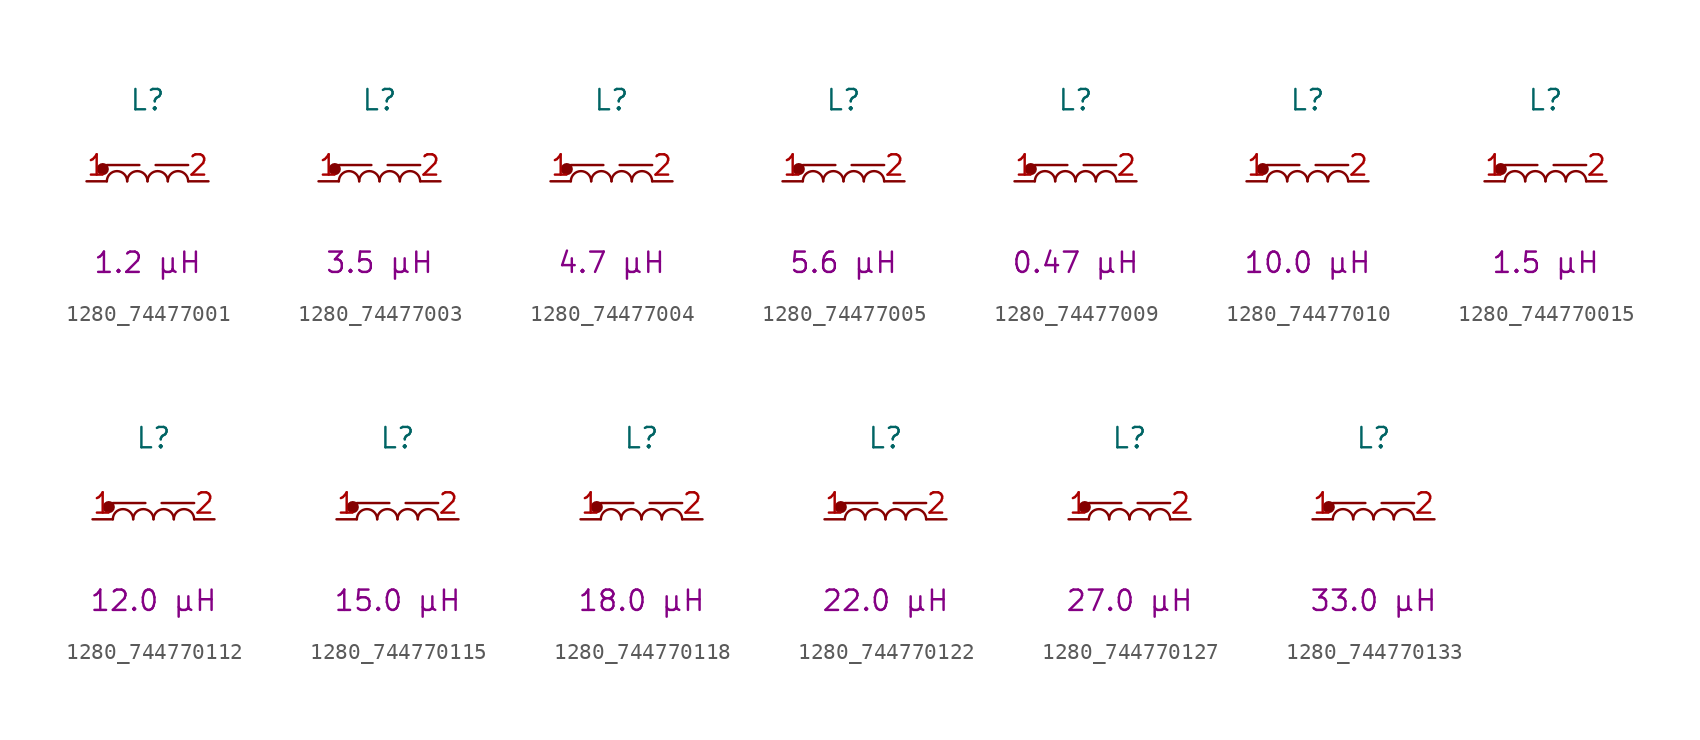
<source format=kicad_sym>
(kicad_symbol_lib
  (version 20220914)
  (generator kicad_symbol_editor)
  (symbol "1280_74477001"
    (pin_names hide)
    (property "Reference" "L"
      (at 0 5.08 0)
      (effects (font (size 1.27 1.27))))
    (property "Critical Parameter" "1.2 µH"
      (at 0 -5.08 0)
      (effects (font (size 1.27 1.27))))
    (symbol "1280_74477001_0_1"
      (arc (start -1.27 0) (mid -1.905 0.6323) (end -2.54 0) (stroke (width 0) (type default)) (fill (type none)))
      (arc (start 0 0) (mid -0.635 0.6323) (end -1.27 0) (stroke (width 0) (type default)) (fill (type none)))
      (polyline (pts (xy -2.54 1.016) (xy -0.508 1.016)) (stroke (width 0) (type default)) (fill (type none)))
      (arc (start 1.27 0) (mid 0.635 0.6323) (end 0 0) (stroke (width 0) (type default)) (fill (type none)))
      (arc (start 2.54 0) (mid 1.905 0.6323) (end 1.27 0) (stroke (width 0) (type default)) (fill (type none))))
    (symbol "1280_74477001_1_1"
      (circle (center -2.794 0.762) (radius 0.0001) (stroke (width 0.381) (type default)) (fill (type none)))
      (polyline (pts (xy 2.54 1.016) (xy 0.508 1.016)) (stroke (width 0) (type default)) (fill (type none)))
      (pin passive line (at -3.81 0 0) (length 1.27) (name "1" (effects (font (size 1.27 1.27)))) (number "1" (effects (font (size 1.27 1.27)))))
      (pin passive line (at 3.81 0 180) (length 1.27) (name "2" (effects (font (size 1.27 1.27)))) (number "2" (effects (font (size 1.27 1.27)))))))
  (symbol "1280_74477003"
    (pin_names hide)
    (property "Reference" "L"
      (at 0 5.08 0)
      (effects (font (size 1.27 1.27))))
    (property "Critical Parameter" "3.5 µH"
      (at 0 -5.08 0)
      (effects (font (size 1.27 1.27))))
    (symbol "1280_74477003_0_1"
      (arc (start -1.27 0) (mid -1.905 0.6323) (end -2.54 0) (stroke (width 0) (type default)) (fill (type none)))
      (arc (start 0 0) (mid -0.635 0.6323) (end -1.27 0) (stroke (width 0) (type default)) (fill (type none)))
      (polyline (pts (xy -2.54 1.016) (xy -0.508 1.016)) (stroke (width 0) (type default)) (fill (type none)))
      (arc (start 1.27 0) (mid 0.635 0.6323) (end 0 0) (stroke (width 0) (type default)) (fill (type none)))
      (arc (start 2.54 0) (mid 1.905 0.6323) (end 1.27 0) (stroke (width 0) (type default)) (fill (type none))))
    (symbol "1280_74477003_1_1"
      (circle (center -2.794 0.762) (radius 0.0001) (stroke (width 0.381) (type default)) (fill (type none)))
      (polyline (pts (xy 2.54 1.016) (xy 0.508 1.016)) (stroke (width 0) (type default)) (fill (type none)))
      (pin passive line (at -3.81 0 0) (length 1.27) (name "1" (effects (font (size 1.27 1.27)))) (number "1" (effects (font (size 1.27 1.27)))))
      (pin passive line (at 3.81 0 180) (length 1.27) (name "2" (effects (font (size 1.27 1.27)))) (number "2" (effects (font (size 1.27 1.27)))))))
  (symbol "1280_74477004"
    (pin_names hide)
    (property "Reference" "L"
      (at 0 5.08 0)
      (effects (font (size 1.27 1.27))))
    (property "Critical Parameter" "4.7 µH"
      (at 0 -5.08 0)
      (effects (font (size 1.27 1.27))))
    (symbol "1280_74477004_0_1"
      (arc (start -1.27 0) (mid -1.905 0.6323) (end -2.54 0) (stroke (width 0) (type default)) (fill (type none)))
      (arc (start 0 0) (mid -0.635 0.6323) (end -1.27 0) (stroke (width 0) (type default)) (fill (type none)))
      (polyline (pts (xy -2.54 1.016) (xy -0.508 1.016)) (stroke (width 0) (type default)) (fill (type none)))
      (arc (start 1.27 0) (mid 0.635 0.6323) (end 0 0) (stroke (width 0) (type default)) (fill (type none)))
      (arc (start 2.54 0) (mid 1.905 0.6323) (end 1.27 0) (stroke (width 0) (type default)) (fill (type none))))
    (symbol "1280_74477004_1_1"
      (circle (center -2.794 0.762) (radius 0.0001) (stroke (width 0.381) (type default)) (fill (type none)))
      (polyline (pts (xy 2.54 1.016) (xy 0.508 1.016)) (stroke (width 0) (type default)) (fill (type none)))
      (pin passive line (at -3.81 0 0) (length 1.27) (name "1" (effects (font (size 1.27 1.27)))) (number "1" (effects (font (size 1.27 1.27)))))
      (pin passive line (at 3.81 0 180) (length 1.27) (name "2" (effects (font (size 1.27 1.27)))) (number "2" (effects (font (size 1.27 1.27)))))))
  (symbol "1280_74477005"
    (pin_names hide)
    (property "Reference" "L"
      (at 0 5.08 0)
      (effects (font (size 1.27 1.27))))
    (property "Critical Parameter" "5.6 µH"
      (at 0 -5.08 0)
      (effects (font (size 1.27 1.27))))
    (symbol "1280_74477005_0_1"
      (arc (start -1.27 0) (mid -1.905 0.6323) (end -2.54 0) (stroke (width 0) (type default)) (fill (type none)))
      (arc (start 0 0) (mid -0.635 0.6323) (end -1.27 0) (stroke (width 0) (type default)) (fill (type none)))
      (polyline (pts (xy -2.54 1.016) (xy -0.508 1.016)) (stroke (width 0) (type default)) (fill (type none)))
      (arc (start 1.27 0) (mid 0.635 0.6323) (end 0 0) (stroke (width 0) (type default)) (fill (type none)))
      (arc (start 2.54 0) (mid 1.905 0.6323) (end 1.27 0) (stroke (width 0) (type default)) (fill (type none))))
    (symbol "1280_74477005_1_1"
      (circle (center -2.794 0.762) (radius 0.0001) (stroke (width 0.381) (type default)) (fill (type none)))
      (polyline (pts (xy 2.54 1.016) (xy 0.508 1.016)) (stroke (width 0) (type default)) (fill (type none)))
      (pin passive line (at -3.81 0 0) (length 1.27) (name "1" (effects (font (size 1.27 1.27)))) (number "1" (effects (font (size 1.27 1.27)))))
      (pin passive line (at 3.81 0 180) (length 1.27) (name "2" (effects (font (size 1.27 1.27)))) (number "2" (effects (font (size 1.27 1.27)))))))
  (symbol "1280_74477009"
    (pin_names hide)
    (property "Reference" "L"
      (at 0 5.08 0)
      (effects (font (size 1.27 1.27))))
    (property "Critical Parameter" "0.47 µH"
      (at 0 -5.08 0)
      (effects (font (size 1.27 1.27))))
    (symbol "1280_74477009_0_1"
      (arc (start -1.27 0) (mid -1.905 0.6323) (end -2.54 0) (stroke (width 0) (type default)) (fill (type none)))
      (arc (start 0 0) (mid -0.635 0.6323) (end -1.27 0) (stroke (width 0) (type default)) (fill (type none)))
      (polyline (pts (xy -2.54 1.016) (xy -0.508 1.016)) (stroke (width 0) (type default)) (fill (type none)))
      (arc (start 1.27 0) (mid 0.635 0.6323) (end 0 0) (stroke (width 0) (type default)) (fill (type none)))
      (arc (start 2.54 0) (mid 1.905 0.6323) (end 1.27 0) (stroke (width 0) (type default)) (fill (type none))))
    (symbol "1280_74477009_1_1"
      (circle (center -2.794 0.762) (radius 0.0001) (stroke (width 0.381) (type default)) (fill (type none)))
      (polyline (pts (xy 2.54 1.016) (xy 0.508 1.016)) (stroke (width 0) (type default)) (fill (type none)))
      (pin passive line (at -3.81 0 0) (length 1.27) (name "1" (effects (font (size 1.27 1.27)))) (number "1" (effects (font (size 1.27 1.27)))))
      (pin passive line (at 3.81 0 180) (length 1.27) (name "2" (effects (font (size 1.27 1.27)))) (number "2" (effects (font (size 1.27 1.27)))))))
  (symbol "1280_74477010"
    (pin_names hide)
    (property "Reference" "L"
      (at 0 5.08 0)
      (effects (font (size 1.27 1.27))))
    (property "Critical Parameter" "10.0 µH"
      (at 0 -5.08 0)
      (effects (font (size 1.27 1.27))))
    (symbol "1280_74477010_0_1"
      (arc (start -1.27 0) (mid -1.905 0.6323) (end -2.54 0) (stroke (width 0) (type default)) (fill (type none)))
      (arc (start 0 0) (mid -0.635 0.6323) (end -1.27 0) (stroke (width 0) (type default)) (fill (type none)))
      (polyline (pts (xy -2.54 1.016) (xy -0.508 1.016)) (stroke (width 0) (type default)) (fill (type none)))
      (arc (start 1.27 0) (mid 0.635 0.6323) (end 0 0) (stroke (width 0) (type default)) (fill (type none)))
      (arc (start 2.54 0) (mid 1.905 0.6323) (end 1.27 0) (stroke (width 0) (type default)) (fill (type none))))
    (symbol "1280_74477010_1_1"
      (circle (center -2.794 0.762) (radius 0.0001) (stroke (width 0.381) (type default)) (fill (type none)))
      (polyline (pts (xy 2.54 1.016) (xy 0.508 1.016)) (stroke (width 0) (type default)) (fill (type none)))
      (pin passive line (at -3.81 0 0) (length 1.27) (name "1" (effects (font (size 1.27 1.27)))) (number "1" (effects (font (size 1.27 1.27)))))
      (pin passive line (at 3.81 0 180) (length 1.27) (name "2" (effects (font (size 1.27 1.27)))) (number "2" (effects (font (size 1.27 1.27)))))))
  (symbol "1280_744770015"
    (pin_names hide)
    (property "Reference" "L"
      (at 0 5.08 0)
      (effects (font (size 1.27 1.27))))
    (property "Critical Parameter" "1.5 µH"
      (at 0 -5.08 0)
      (effects (font (size 1.27 1.27))))
    (symbol "1280_744770015_0_1"
      (arc (start -1.27 0) (mid -1.905 0.6323) (end -2.54 0) (stroke (width 0) (type default)) (fill (type none)))
      (arc (start 0 0) (mid -0.635 0.6323) (end -1.27 0) (stroke (width 0) (type default)) (fill (type none)))
      (polyline (pts (xy -2.54 1.016) (xy -0.508 1.016)) (stroke (width 0) (type default)) (fill (type none)))
      (arc (start 1.27 0) (mid 0.635 0.6323) (end 0 0) (stroke (width 0) (type default)) (fill (type none)))
      (arc (start 2.54 0) (mid 1.905 0.6323) (end 1.27 0) (stroke (width 0) (type default)) (fill (type none))))
    (symbol "1280_744770015_1_1"
      (circle (center -2.794 0.762) (radius 0.0001) (stroke (width 0.381) (type default)) (fill (type none)))
      (polyline (pts (xy 2.54 1.016) (xy 0.508 1.016)) (stroke (width 0) (type default)) (fill (type none)))
      (pin passive line (at -3.81 0 0) (length 1.27) (name "1" (effects (font (size 1.27 1.27)))) (number "1" (effects (font (size 1.27 1.27)))))
      (pin passive line (at 3.81 0 180) (length 1.27) (name "2" (effects (font (size 1.27 1.27)))) (number "2" (effects (font (size 1.27 1.27)))))))
  (symbol "1280_744770112"
    (pin_names hide)
    (property "Reference" "L"
      (at 0 5.08 0)
      (effects (font (size 1.27 1.27))))
    (property "Critical Parameter" "12.0 µH"
      (at 0 -5.08 0)
      (effects (font (size 1.27 1.27))))
    (symbol "1280_744770112_0_1"
      (arc (start -1.27 0) (mid -1.905 0.6323) (end -2.54 0) (stroke (width 0) (type default)) (fill (type none)))
      (arc (start 0 0) (mid -0.635 0.6323) (end -1.27 0) (stroke (width 0) (type default)) (fill (type none)))
      (polyline (pts (xy -2.54 1.016) (xy -0.508 1.016)) (stroke (width 0) (type default)) (fill (type none)))
      (arc (start 1.27 0) (mid 0.635 0.6323) (end 0 0) (stroke (width 0) (type default)) (fill (type none)))
      (arc (start 2.54 0) (mid 1.905 0.6323) (end 1.27 0) (stroke (width 0) (type default)) (fill (type none))))
    (symbol "1280_744770112_1_1"
      (circle (center -2.794 0.762) (radius 0.0001) (stroke (width 0.381) (type default)) (fill (type none)))
      (polyline (pts (xy 2.54 1.016) (xy 0.508 1.016)) (stroke (width 0) (type default)) (fill (type none)))
      (pin passive line (at -3.81 0 0) (length 1.27) (name "1" (effects (font (size 1.27 1.27)))) (number "1" (effects (font (size 1.27 1.27)))))
      (pin passive line (at 3.81 0 180) (length 1.27) (name "2" (effects (font (size 1.27 1.27)))) (number "2" (effects (font (size 1.27 1.27)))))))
  (symbol "1280_744770115"
    (pin_names hide)
    (property "Reference" "L"
      (at 0 5.08 0)
      (effects (font (size 1.27 1.27))))
    (property "Critical Parameter" "15.0 µH"
      (at 0 -5.08 0)
      (effects (font (size 1.27 1.27))))
    (symbol "1280_744770115_0_1"
      (arc (start -1.27 0) (mid -1.905 0.6323) (end -2.54 0) (stroke (width 0) (type default)) (fill (type none)))
      (arc (start 0 0) (mid -0.635 0.6323) (end -1.27 0) (stroke (width 0) (type default)) (fill (type none)))
      (polyline (pts (xy -2.54 1.016) (xy -0.508 1.016)) (stroke (width 0) (type default)) (fill (type none)))
      (arc (start 1.27 0) (mid 0.635 0.6323) (end 0 0) (stroke (width 0) (type default)) (fill (type none)))
      (arc (start 2.54 0) (mid 1.905 0.6323) (end 1.27 0) (stroke (width 0) (type default)) (fill (type none))))
    (symbol "1280_744770115_1_1"
      (circle (center -2.794 0.762) (radius 0.0001) (stroke (width 0.381) (type default)) (fill (type none)))
      (polyline (pts (xy 2.54 1.016) (xy 0.508 1.016)) (stroke (width 0) (type default)) (fill (type none)))
      (pin passive line (at -3.81 0 0) (length 1.27) (name "1" (effects (font (size 1.27 1.27)))) (number "1" (effects (font (size 1.27 1.27)))))
      (pin passive line (at 3.81 0 180) (length 1.27) (name "2" (effects (font (size 1.27 1.27)))) (number "2" (effects (font (size 1.27 1.27)))))))
  (symbol "1280_744770118"
    (pin_names hide)
    (property "Reference" "L"
      (at 0 5.08 0)
      (effects (font (size 1.27 1.27))))
    (property "Critical Parameter" "18.0 µH"
      (at 0 -5.08 0)
      (effects (font (size 1.27 1.27))))
    (symbol "1280_744770118_0_1"
      (arc (start -1.27 0) (mid -1.905 0.6323) (end -2.54 0) (stroke (width 0) (type default)) (fill (type none)))
      (arc (start 0 0) (mid -0.635 0.6323) (end -1.27 0) (stroke (width 0) (type default)) (fill (type none)))
      (polyline (pts (xy -2.54 1.016) (xy -0.508 1.016)) (stroke (width 0) (type default)) (fill (type none)))
      (arc (start 1.27 0) (mid 0.635 0.6323) (end 0 0) (stroke (width 0) (type default)) (fill (type none)))
      (arc (start 2.54 0) (mid 1.905 0.6323) (end 1.27 0) (stroke (width 0) (type default)) (fill (type none))))
    (symbol "1280_744770118_1_1"
      (circle (center -2.794 0.762) (radius 0.0001) (stroke (width 0.381) (type default)) (fill (type none)))
      (polyline (pts (xy 2.54 1.016) (xy 0.508 1.016)) (stroke (width 0) (type default)) (fill (type none)))
      (pin passive line (at -3.81 0 0) (length 1.27) (name "1" (effects (font (size 1.27 1.27)))) (number "1" (effects (font (size 1.27 1.27)))))
      (pin passive line (at 3.81 0 180) (length 1.27) (name "2" (effects (font (size 1.27 1.27)))) (number "2" (effects (font (size 1.27 1.27)))))))
  (symbol "1280_744770122"
    (pin_names hide)
    (property "Reference" "L"
      (at 0 5.08 0)
      (effects (font (size 1.27 1.27))))
    (property "Critical Parameter" "22.0 µH"
      (at 0 -5.08 0)
      (effects (font (size 1.27 1.27))))
    (symbol "1280_744770122_0_1"
      (arc (start -1.27 0) (mid -1.905 0.6323) (end -2.54 0) (stroke (width 0) (type default)) (fill (type none)))
      (arc (start 0 0) (mid -0.635 0.6323) (end -1.27 0) (stroke (width 0) (type default)) (fill (type none)))
      (polyline (pts (xy -2.54 1.016) (xy -0.508 1.016)) (stroke (width 0) (type default)) (fill (type none)))
      (arc (start 1.27 0) (mid 0.635 0.6323) (end 0 0) (stroke (width 0) (type default)) (fill (type none)))
      (arc (start 2.54 0) (mid 1.905 0.6323) (end 1.27 0) (stroke (width 0) (type default)) (fill (type none))))
    (symbol "1280_744770122_1_1"
      (circle (center -2.794 0.762) (radius 0.0001) (stroke (width 0.381) (type default)) (fill (type none)))
      (polyline (pts (xy 2.54 1.016) (xy 0.508 1.016)) (stroke (width 0) (type default)) (fill (type none)))
      (pin passive line (at -3.81 0 0) (length 1.27) (name "1" (effects (font (size 1.27 1.27)))) (number "1" (effects (font (size 1.27 1.27)))))
      (pin passive line (at 3.81 0 180) (length 1.27) (name "2" (effects (font (size 1.27 1.27)))) (number "2" (effects (font (size 1.27 1.27)))))))
  (symbol "1280_744770127"
    (pin_names hide)
    (property "Reference" "L"
      (at 0 5.08 0)
      (effects (font (size 1.27 1.27))))
    (property "Critical Parameter" "27.0 µH"
      (at 0 -5.08 0)
      (effects (font (size 1.27 1.27))))
    (symbol "1280_744770127_0_1"
      (arc (start -1.27 0) (mid -1.905 0.6323) (end -2.54 0) (stroke (width 0) (type default)) (fill (type none)))
      (arc (start 0 0) (mid -0.635 0.6323) (end -1.27 0) (stroke (width 0) (type default)) (fill (type none)))
      (polyline (pts (xy -2.54 1.016) (xy -0.508 1.016)) (stroke (width 0) (type default)) (fill (type none)))
      (arc (start 1.27 0) (mid 0.635 0.6323) (end 0 0) (stroke (width 0) (type default)) (fill (type none)))
      (arc (start 2.54 0) (mid 1.905 0.6323) (end 1.27 0) (stroke (width 0) (type default)) (fill (type none))))
    (symbol "1280_744770127_1_1"
      (circle (center -2.794 0.762) (radius 0.0001) (stroke (width 0.381) (type default)) (fill (type none)))
      (polyline (pts (xy 2.54 1.016) (xy 0.508 1.016)) (stroke (width 0) (type default)) (fill (type none)))
      (pin passive line (at -3.81 0 0) (length 1.27) (name "1" (effects (font (size 1.27 1.27)))) (number "1" (effects (font (size 1.27 1.27)))))
      (pin passive line (at 3.81 0 180) (length 1.27) (name "2" (effects (font (size 1.27 1.27)))) (number "2" (effects (font (size 1.27 1.27)))))))
  (symbol "1280_744770133"
    (pin_names hide)
    (property "Reference" "L"
      (at 0 5.08 0)
      (effects (font (size 1.27 1.27))))
    (property "Critical Parameter" "33.0 µH"
      (at 0 -5.08 0)
      (effects (font (size 1.27 1.27))))
    (symbol "1280_744770133_0_1"
      (arc (start -1.27 0) (mid -1.905 0.6323) (end -2.54 0) (stroke (width 0) (type default)) (fill (type none)))
      (arc (start 0 0) (mid -0.635 0.6323) (end -1.27 0) (stroke (width 0) (type default)) (fill (type none)))
      (polyline (pts (xy -2.54 1.016) (xy -0.508 1.016)) (stroke (width 0) (type default)) (fill (type none)))
      (arc (start 1.27 0) (mid 0.635 0.6323) (end 0 0) (stroke (width 0) (type default)) (fill (type none)))
      (arc (start 2.54 0) (mid 1.905 0.6323) (end 1.27 0) (stroke (width 0) (type default)) (fill (type none))))
    (symbol "1280_744770133_1_1"
      (circle (center -2.794 0.762) (radius 0.0001) (stroke (width 0.381) (type default)) (fill (type none)))
      (polyline (pts (xy 2.54 1.016) (xy 0.508 1.016)) (stroke (width 0) (type default)) (fill (type none)))
      (pin passive line (at -3.81 0 0) (length 1.27) (name "1" (effects (font (size 1.27 1.27)))) (number "1" (effects (font (size 1.27 1.27)))))
      (pin passive line (at 3.81 0 180) (length 1.27) (name "2" (effects (font (size 1.27 1.27)))) (number "2" (effects (font (size 1.27 1.27))))))))
</source>
